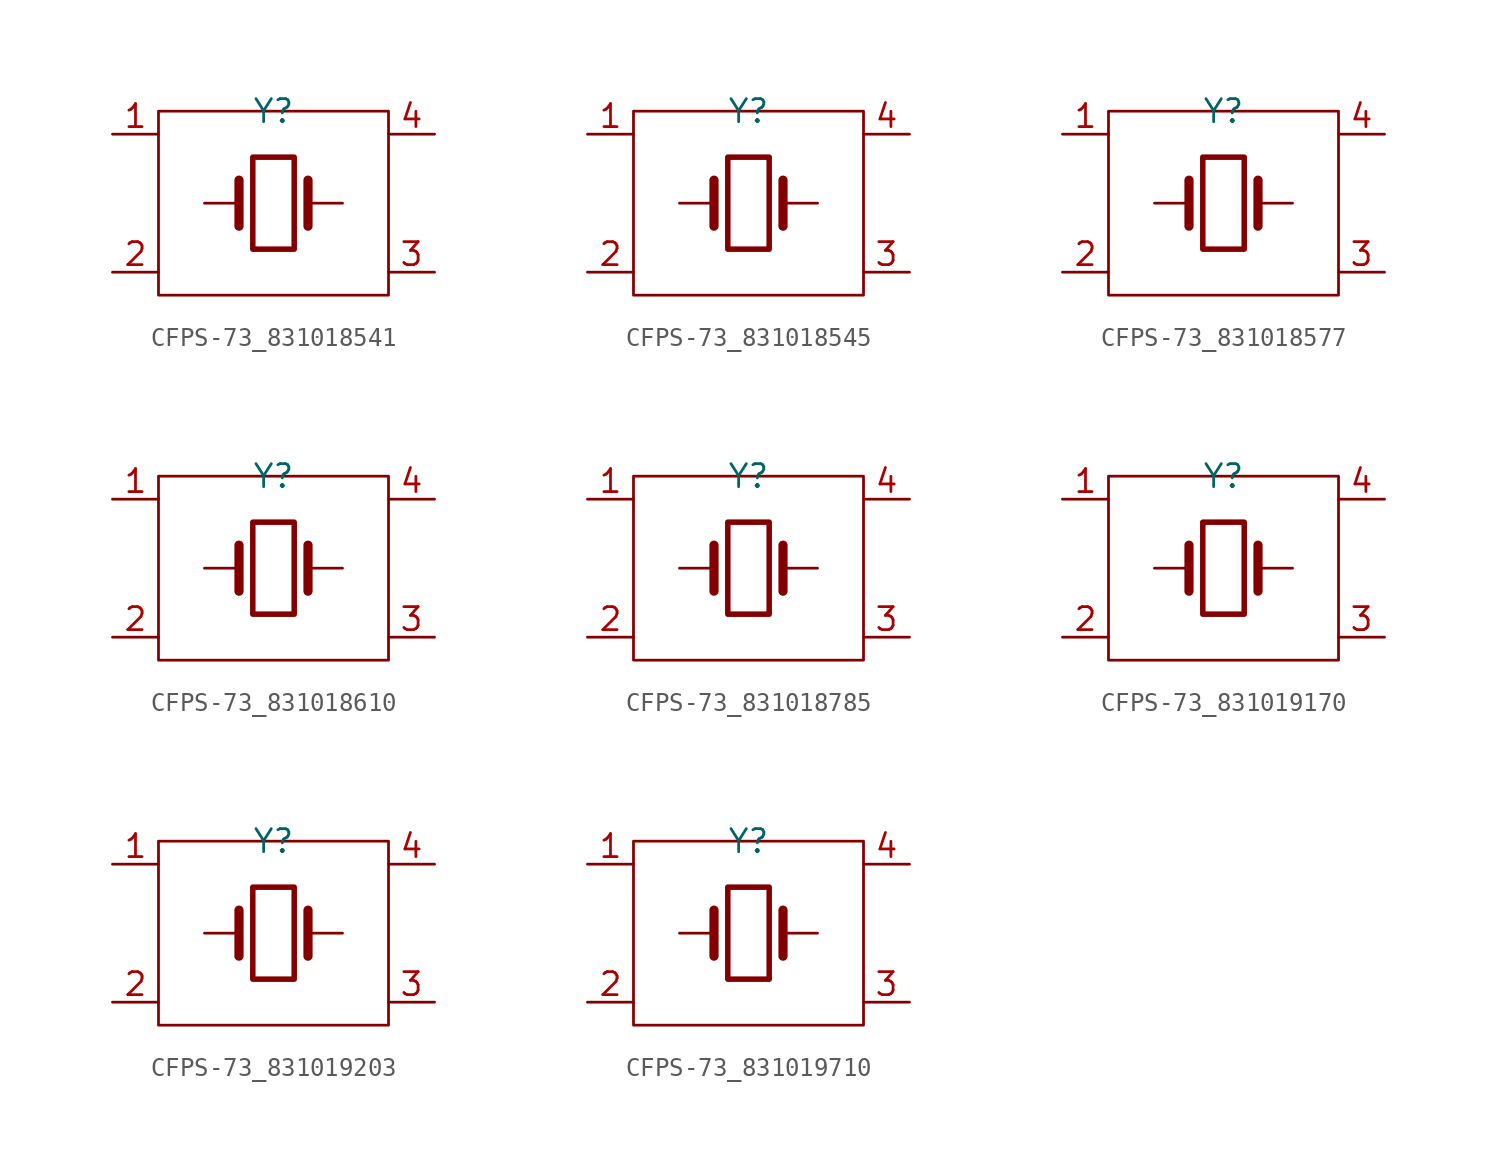
<source format=kicad_sym>
(kicad_symbol_lib
  (version 20220914)
  (generator kicad_symbol_editor)
  (symbol "CFPS-73_831018541"
    (pin_names hide)
    (property "Reference" "Y"
      (at 0 5.08 0)
      (effects (font (size 1.27 1.27))))
    (property "Critical Parameter" ""
      (at 0 -5.08 0)
      (effects (font (size 1.27 1.27)) (justify left)))
    (symbol "CFPS-73_831018541_0_1"
      (rectangle (start -6.35 5.08) (end 6.35 -5.08) (stroke (width 0) (type default)) (fill (type none)))
      (rectangle (start -1.143 2.54) (end 1.143 -2.54) (stroke (width 0.305) (type default)) (fill (type none)))
      (polyline (pts (xy -3.81 0) (xy -1.905 0)) (stroke (width 0) (type default)) (fill (type none)))
      (polyline (pts (xy -1.905 -1.27) (xy -1.905 1.27)) (stroke (width 0.508) (type default)) (fill (type none)))
      (polyline (pts (xy 1.905 -1.27) (xy 1.905 1.27)) (stroke (width 0.508) (type default)) (fill (type none)))
      (polyline (pts (xy 3.81 0) (xy 1.905 0)) (stroke (width 0) (type default)) (fill (type none))))
    (symbol "CFPS-73_831018541_1_1"
      (pin passive line (at -8.89 3.81 0) (length 2.54) (name "E/D" (effects (font (size 1.27 1.27)))) (number "1" (effects (font (size 1.27 1.27)))))
      (pin passive line (at -8.89 -3.81 0) (length 2.54) (name "GND" (effects (font (size 1.27 1.27)))) (number "2" (effects (font (size 1.27 1.27)))))
      (pin passive line (at 8.89 -3.81 180) (length 2.54) (name "OUT" (effects (font (size 1.27 1.27)))) (number "3" (effects (font (size 1.27 1.27)))))
      (pin passive line (at 8.89 3.81 180) (length 2.54) (name "+VS" (effects (font (size 1.27 1.27)))) (number "4" (effects (font (size 1.27 1.27)))))))
  (symbol "CFPS-73_831018545"
    (pin_names hide)
    (property "Reference" "Y"
      (at 0 5.08 0)
      (effects (font (size 1.27 1.27))))
    (property "Critical Parameter" ""
      (at 0 -5.08 0)
      (effects (font (size 1.27 1.27)) (justify left)))
    (symbol "CFPS-73_831018545_0_1"
      (rectangle (start -6.35 5.08) (end 6.35 -5.08) (stroke (width 0) (type default)) (fill (type none)))
      (rectangle (start -1.143 2.54) (end 1.143 -2.54) (stroke (width 0.305) (type default)) (fill (type none)))
      (polyline (pts (xy -3.81 0) (xy -1.905 0)) (stroke (width 0) (type default)) (fill (type none)))
      (polyline (pts (xy -1.905 -1.27) (xy -1.905 1.27)) (stroke (width 0.508) (type default)) (fill (type none)))
      (polyline (pts (xy 1.905 -1.27) (xy 1.905 1.27)) (stroke (width 0.508) (type default)) (fill (type none)))
      (polyline (pts (xy 3.81 0) (xy 1.905 0)) (stroke (width 0) (type default)) (fill (type none))))
    (symbol "CFPS-73_831018545_1_1"
      (pin passive line (at -8.89 3.81 0) (length 2.54) (name "E/D" (effects (font (size 1.27 1.27)))) (number "1" (effects (font (size 1.27 1.27)))))
      (pin passive line (at -8.89 -3.81 0) (length 2.54) (name "GND" (effects (font (size 1.27 1.27)))) (number "2" (effects (font (size 1.27 1.27)))))
      (pin passive line (at 8.89 -3.81 180) (length 2.54) (name "OUT" (effects (font (size 1.27 1.27)))) (number "3" (effects (font (size 1.27 1.27)))))
      (pin passive line (at 8.89 3.81 180) (length 2.54) (name "+VS" (effects (font (size 1.27 1.27)))) (number "4" (effects (font (size 1.27 1.27)))))))
  (symbol "CFPS-73_831018577"
    (pin_names hide)
    (property "Reference" "Y"
      (at 0 5.08 0)
      (effects (font (size 1.27 1.27))))
    (property "Critical Parameter" ""
      (at 0 -5.08 0)
      (effects (font (size 1.27 1.27)) (justify left)))
    (symbol "CFPS-73_831018577_0_1"
      (rectangle (start -6.35 5.08) (end 6.35 -5.08) (stroke (width 0) (type default)) (fill (type none)))
      (rectangle (start -1.143 2.54) (end 1.143 -2.54) (stroke (width 0.305) (type default)) (fill (type none)))
      (polyline (pts (xy -3.81 0) (xy -1.905 0)) (stroke (width 0) (type default)) (fill (type none)))
      (polyline (pts (xy -1.905 -1.27) (xy -1.905 1.27)) (stroke (width 0.508) (type default)) (fill (type none)))
      (polyline (pts (xy 1.905 -1.27) (xy 1.905 1.27)) (stroke (width 0.508) (type default)) (fill (type none)))
      (polyline (pts (xy 3.81 0) (xy 1.905 0)) (stroke (width 0) (type default)) (fill (type none))))
    (symbol "CFPS-73_831018577_1_1"
      (pin passive line (at -8.89 3.81 0) (length 2.54) (name "E/D" (effects (font (size 1.27 1.27)))) (number "1" (effects (font (size 1.27 1.27)))))
      (pin passive line (at -8.89 -3.81 0) (length 2.54) (name "GND" (effects (font (size 1.27 1.27)))) (number "2" (effects (font (size 1.27 1.27)))))
      (pin passive line (at 8.89 -3.81 180) (length 2.54) (name "OUT" (effects (font (size 1.27 1.27)))) (number "3" (effects (font (size 1.27 1.27)))))
      (pin passive line (at 8.89 3.81 180) (length 2.54) (name "+VS" (effects (font (size 1.27 1.27)))) (number "4" (effects (font (size 1.27 1.27)))))))
  (symbol "CFPS-73_831018610"
    (pin_names hide)
    (property "Reference" "Y"
      (at 0 5.08 0)
      (effects (font (size 1.27 1.27))))
    (property "Critical Parameter" ""
      (at 0 -5.08 0)
      (effects (font (size 1.27 1.27)) (justify left)))
    (symbol "CFPS-73_831018610_0_1"
      (rectangle (start -6.35 5.08) (end 6.35 -5.08) (stroke (width 0) (type default)) (fill (type none)))
      (rectangle (start -1.143 2.54) (end 1.143 -2.54) (stroke (width 0.305) (type default)) (fill (type none)))
      (polyline (pts (xy -3.81 0) (xy -1.905 0)) (stroke (width 0) (type default)) (fill (type none)))
      (polyline (pts (xy -1.905 -1.27) (xy -1.905 1.27)) (stroke (width 0.508) (type default)) (fill (type none)))
      (polyline (pts (xy 1.905 -1.27) (xy 1.905 1.27)) (stroke (width 0.508) (type default)) (fill (type none)))
      (polyline (pts (xy 3.81 0) (xy 1.905 0)) (stroke (width 0) (type default)) (fill (type none))))
    (symbol "CFPS-73_831018610_1_1"
      (pin passive line (at -8.89 3.81 0) (length 2.54) (name "E/D" (effects (font (size 1.27 1.27)))) (number "1" (effects (font (size 1.27 1.27)))))
      (pin passive line (at -8.89 -3.81 0) (length 2.54) (name "GND" (effects (font (size 1.27 1.27)))) (number "2" (effects (font (size 1.27 1.27)))))
      (pin passive line (at 8.89 -3.81 180) (length 2.54) (name "OUT" (effects (font (size 1.27 1.27)))) (number "3" (effects (font (size 1.27 1.27)))))
      (pin passive line (at 8.89 3.81 180) (length 2.54) (name "+VS" (effects (font (size 1.27 1.27)))) (number "4" (effects (font (size 1.27 1.27)))))))
  (symbol "CFPS-73_831018785"
    (pin_names hide)
    (property "Reference" "Y"
      (at 0 5.08 0)
      (effects (font (size 1.27 1.27))))
    (property "Critical Parameter" ""
      (at 0 -5.08 0)
      (effects (font (size 1.27 1.27)) (justify left)))
    (symbol "CFPS-73_831018785_0_1"
      (rectangle (start -6.35 5.08) (end 6.35 -5.08) (stroke (width 0) (type default)) (fill (type none)))
      (rectangle (start -1.143 2.54) (end 1.143 -2.54) (stroke (width 0.305) (type default)) (fill (type none)))
      (polyline (pts (xy -3.81 0) (xy -1.905 0)) (stroke (width 0) (type default)) (fill (type none)))
      (polyline (pts (xy -1.905 -1.27) (xy -1.905 1.27)) (stroke (width 0.508) (type default)) (fill (type none)))
      (polyline (pts (xy 1.905 -1.27) (xy 1.905 1.27)) (stroke (width 0.508) (type default)) (fill (type none)))
      (polyline (pts (xy 3.81 0) (xy 1.905 0)) (stroke (width 0) (type default)) (fill (type none))))
    (symbol "CFPS-73_831018785_1_1"
      (pin passive line (at -8.89 3.81 0) (length 2.54) (name "E/D" (effects (font (size 1.27 1.27)))) (number "1" (effects (font (size 1.27 1.27)))))
      (pin passive line (at -8.89 -3.81 0) (length 2.54) (name "GND" (effects (font (size 1.27 1.27)))) (number "2" (effects (font (size 1.27 1.27)))))
      (pin passive line (at 8.89 -3.81 180) (length 2.54) (name "OUT" (effects (font (size 1.27 1.27)))) (number "3" (effects (font (size 1.27 1.27)))))
      (pin passive line (at 8.89 3.81 180) (length 2.54) (name "+VS" (effects (font (size 1.27 1.27)))) (number "4" (effects (font (size 1.27 1.27)))))))
  (symbol "CFPS-73_831019170"
    (pin_names hide)
    (property "Reference" "Y"
      (at 0 5.08 0)
      (effects (font (size 1.27 1.27))))
    (property "Critical Parameter" ""
      (at 0 -5.08 0)
      (effects (font (size 1.27 1.27)) (justify left)))
    (symbol "CFPS-73_831019170_0_1"
      (rectangle (start -6.35 5.08) (end 6.35 -5.08) (stroke (width 0) (type default)) (fill (type none)))
      (rectangle (start -1.143 2.54) (end 1.143 -2.54) (stroke (width 0.305) (type default)) (fill (type none)))
      (polyline (pts (xy -3.81 0) (xy -1.905 0)) (stroke (width 0) (type default)) (fill (type none)))
      (polyline (pts (xy -1.905 -1.27) (xy -1.905 1.27)) (stroke (width 0.508) (type default)) (fill (type none)))
      (polyline (pts (xy 1.905 -1.27) (xy 1.905 1.27)) (stroke (width 0.508) (type default)) (fill (type none)))
      (polyline (pts (xy 3.81 0) (xy 1.905 0)) (stroke (width 0) (type default)) (fill (type none))))
    (symbol "CFPS-73_831019170_1_1"
      (pin passive line (at -8.89 3.81 0) (length 2.54) (name "E/D" (effects (font (size 1.27 1.27)))) (number "1" (effects (font (size 1.27 1.27)))))
      (pin passive line (at -8.89 -3.81 0) (length 2.54) (name "GND" (effects (font (size 1.27 1.27)))) (number "2" (effects (font (size 1.27 1.27)))))
      (pin passive line (at 8.89 -3.81 180) (length 2.54) (name "OUT" (effects (font (size 1.27 1.27)))) (number "3" (effects (font (size 1.27 1.27)))))
      (pin passive line (at 8.89 3.81 180) (length 2.54) (name "+VS" (effects (font (size 1.27 1.27)))) (number "4" (effects (font (size 1.27 1.27)))))))
  (symbol "CFPS-73_831019203"
    (pin_names hide)
    (property "Reference" "Y"
      (at 0 5.08 0)
      (effects (font (size 1.27 1.27))))
    (property "Critical Parameter" ""
      (at 0 -5.08 0)
      (effects (font (size 1.27 1.27)) (justify left)))
    (symbol "CFPS-73_831019203_0_1"
      (rectangle (start -6.35 5.08) (end 6.35 -5.08) (stroke (width 0) (type default)) (fill (type none)))
      (rectangle (start -1.143 2.54) (end 1.143 -2.54) (stroke (width 0.305) (type default)) (fill (type none)))
      (polyline (pts (xy -3.81 0) (xy -1.905 0)) (stroke (width 0) (type default)) (fill (type none)))
      (polyline (pts (xy -1.905 -1.27) (xy -1.905 1.27)) (stroke (width 0.508) (type default)) (fill (type none)))
      (polyline (pts (xy 1.905 -1.27) (xy 1.905 1.27)) (stroke (width 0.508) (type default)) (fill (type none)))
      (polyline (pts (xy 3.81 0) (xy 1.905 0)) (stroke (width 0) (type default)) (fill (type none))))
    (symbol "CFPS-73_831019203_1_1"
      (pin passive line (at -8.89 3.81 0) (length 2.54) (name "E/D" (effects (font (size 1.27 1.27)))) (number "1" (effects (font (size 1.27 1.27)))))
      (pin passive line (at -8.89 -3.81 0) (length 2.54) (name "GND" (effects (font (size 1.27 1.27)))) (number "2" (effects (font (size 1.27 1.27)))))
      (pin passive line (at 8.89 -3.81 180) (length 2.54) (name "OUT" (effects (font (size 1.27 1.27)))) (number "3" (effects (font (size 1.27 1.27)))))
      (pin passive line (at 8.89 3.81 180) (length 2.54) (name "+VS" (effects (font (size 1.27 1.27)))) (number "4" (effects (font (size 1.27 1.27)))))))
  (symbol "CFPS-73_831019710"
    (pin_names hide)
    (property "Reference" "Y"
      (at 0 5.08 0)
      (effects (font (size 1.27 1.27))))
    (property "Critical Parameter" ""
      (at 0 -5.08 0)
      (effects (font (size 1.27 1.27)) (justify left)))
    (symbol "CFPS-73_831019710_0_1"
      (rectangle (start -6.35 5.08) (end 6.35 -5.08) (stroke (width 0) (type default)) (fill (type none)))
      (rectangle (start -1.143 2.54) (end 1.143 -2.54) (stroke (width 0.305) (type default)) (fill (type none)))
      (polyline (pts (xy -3.81 0) (xy -1.905 0)) (stroke (width 0) (type default)) (fill (type none)))
      (polyline (pts (xy -1.905 -1.27) (xy -1.905 1.27)) (stroke (width 0.508) (type default)) (fill (type none)))
      (polyline (pts (xy 1.905 -1.27) (xy 1.905 1.27)) (stroke (width 0.508) (type default)) (fill (type none)))
      (polyline (pts (xy 3.81 0) (xy 1.905 0)) (stroke (width 0) (type default)) (fill (type none))))
    (symbol "CFPS-73_831019710_1_1"
      (pin passive line (at -8.89 3.81 0) (length 2.54) (name "E/D" (effects (font (size 1.27 1.27)))) (number "1" (effects (font (size 1.27 1.27)))))
      (pin passive line (at -8.89 -3.81 0) (length 2.54) (name "GND" (effects (font (size 1.27 1.27)))) (number "2" (effects (font (size 1.27 1.27)))))
      (pin passive line (at 8.89 -3.81 180) (length 2.54) (name "OUT" (effects (font (size 1.27 1.27)))) (number "3" (effects (font (size 1.27 1.27)))))
      (pin passive line (at 8.89 3.81 180) (length 2.54) (name "+VS" (effects (font (size 1.27 1.27)))) (number "4" (effects (font (size 1.27 1.27))))))))
</source>
